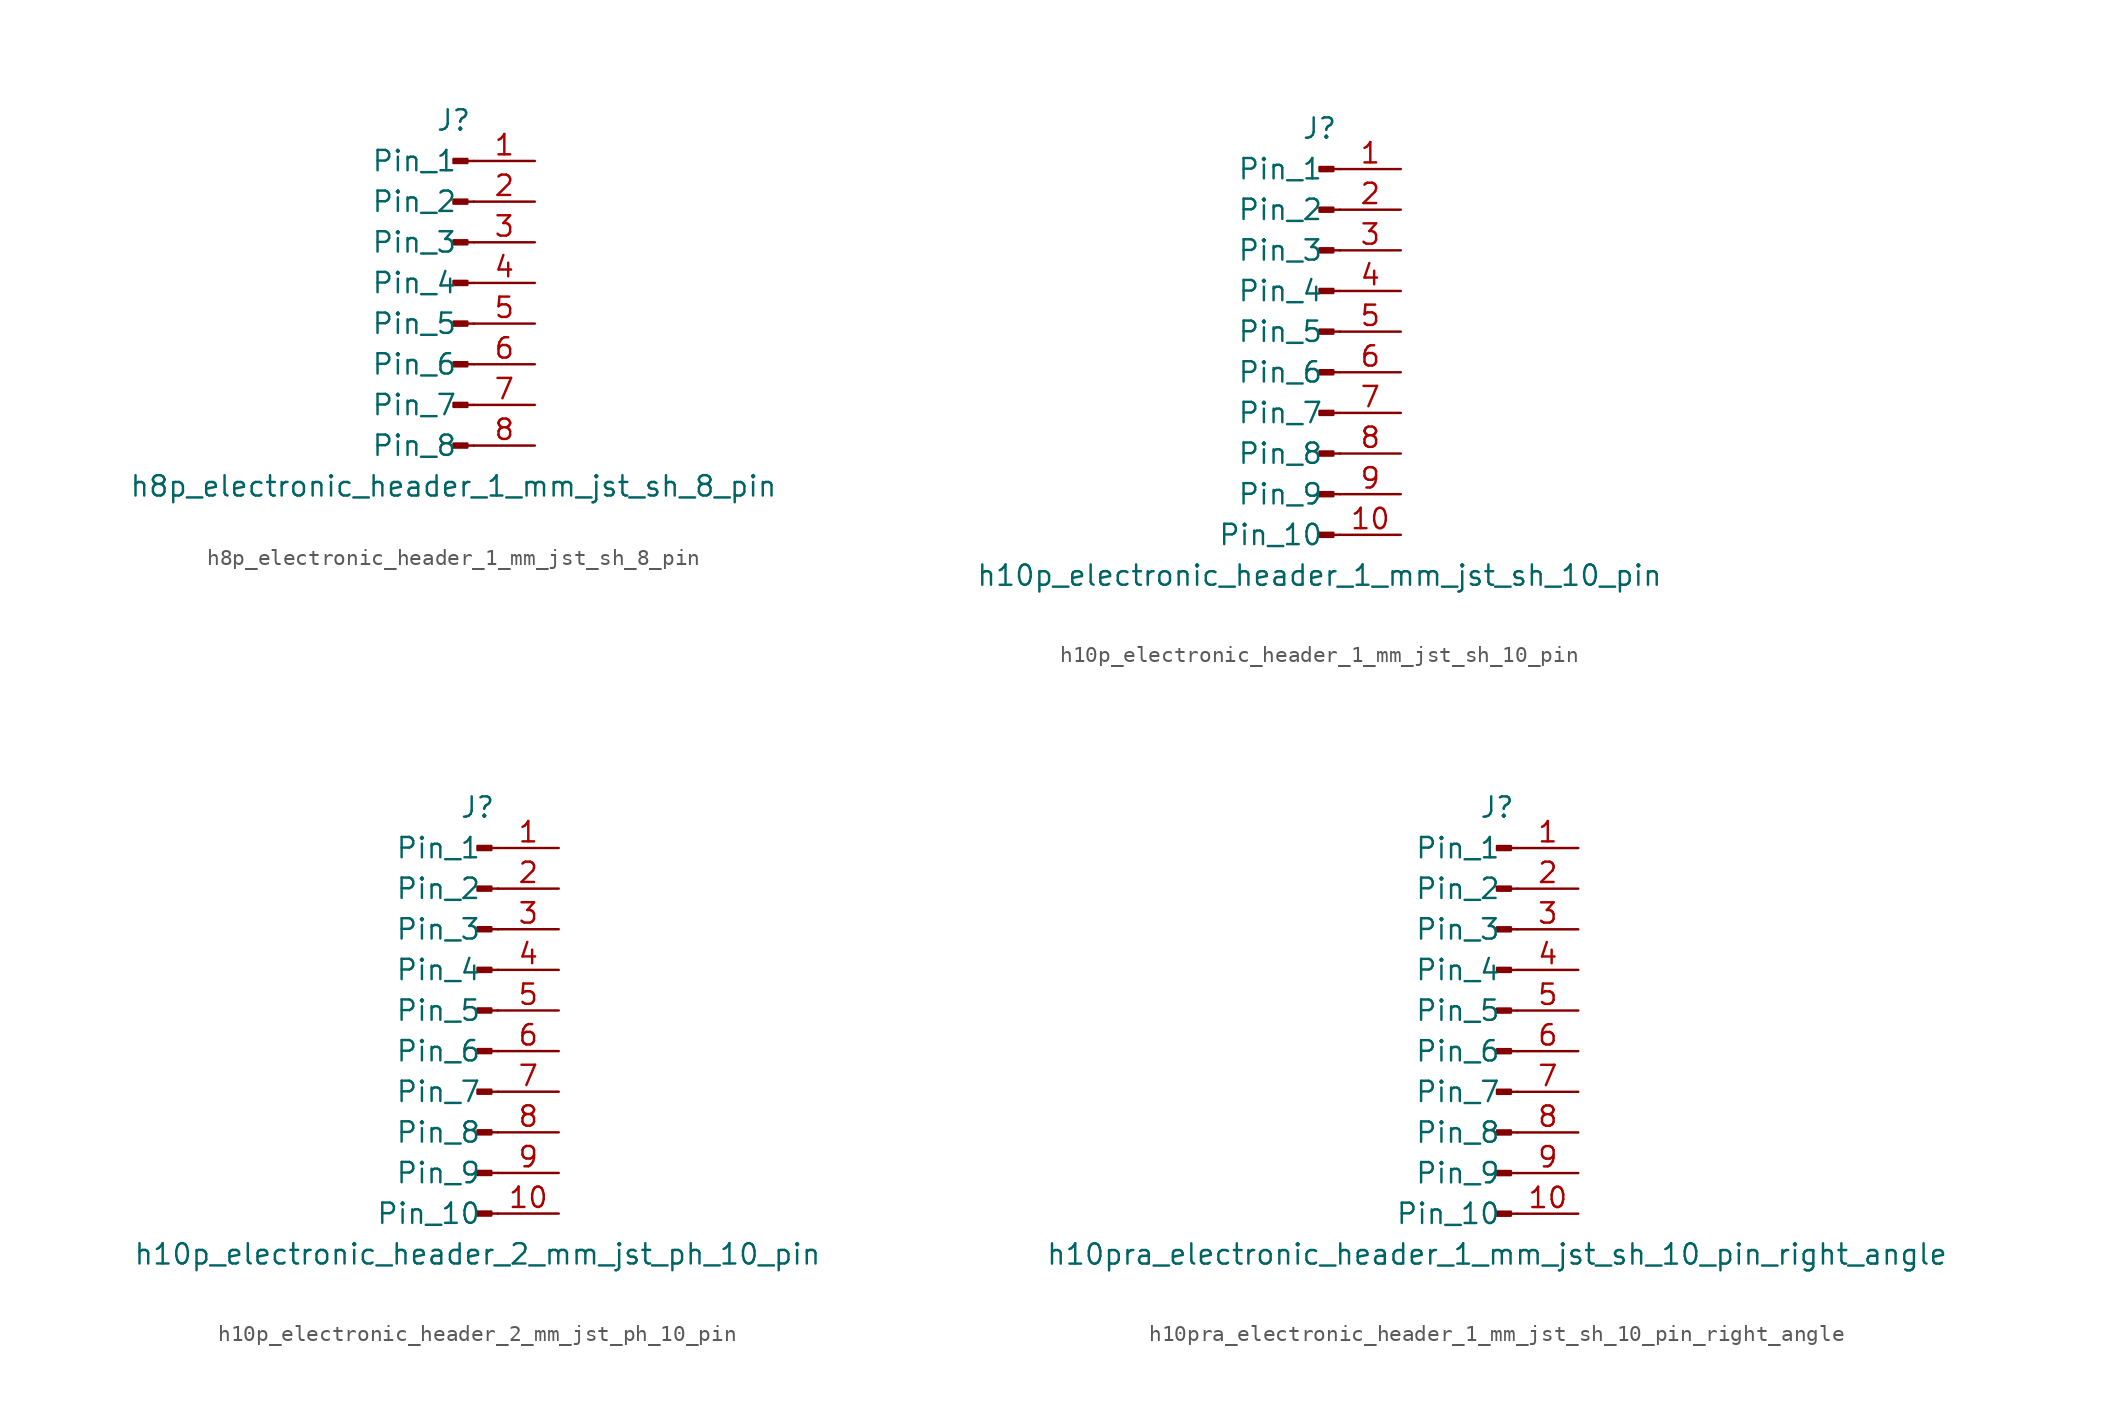
<source format=kicad_sym>
(kicad_symbol_lib
  (version 20220914)
  (generator kicad_symbol_editor)
  (symbol "h8p_electronic_header_1_mm_jst_sh_8_pin"
    (pin_names
      (offset 1.016))
    (property "Reference" "J"
      (at 0 10.16 0)
      (effects (font (size 1.27 1.27))))
    (property "Value" "h8p_electronic_header_1_mm_jst_sh_8_pin"
      (at 0 -12.7 0)
      (effects (font (size 1.27 1.27))))
    (property "ki_locked" ""
      (at 0 0 0)
      (effects (font (size 1.27 1.27))))
    (symbol "h8p_electronic_header_1_mm_jst_sh_8_pin_1_1"
      (polyline (pts (xy 1.27 -10.16) (xy 0.864 -10.16)) (stroke (width 0.152) (type default)) (fill (type none)))
      (polyline (pts (xy 1.27 -7.62) (xy 0.864 -7.62)) (stroke (width 0.152) (type default)) (fill (type none)))
      (polyline (pts (xy 1.27 -5.08) (xy 0.864 -5.08)) (stroke (width 0.152) (type default)) (fill (type none)))
      (polyline (pts (xy 1.27 -2.54) (xy 0.864 -2.54)) (stroke (width 0.152) (type default)) (fill (type none)))
      (polyline (pts (xy 1.27 0) (xy 0.864 0)) (stroke (width 0.152) (type default)) (fill (type none)))
      (polyline (pts (xy 1.27 2.54) (xy 0.864 2.54)) (stroke (width 0.152) (type default)) (fill (type none)))
      (polyline (pts (xy 1.27 5.08) (xy 0.864 5.08)) (stroke (width 0.152) (type default)) (fill (type none)))
      (polyline (pts (xy 1.27 7.62) (xy 0.864 7.62)) (stroke (width 0.152) (type default)) (fill (type none)))
      (rectangle (start 0.864 -10.033) (end 0 -10.287) (stroke (width 0.152) (type default)) (fill (type outline)))
      (rectangle (start 0.864 -7.493) (end 0 -7.747) (stroke (width 0.152) (type default)) (fill (type outline)))
      (rectangle (start 0.864 -4.953) (end 0 -5.207) (stroke (width 0.152) (type default)) (fill (type outline)))
      (rectangle (start 0.864 -2.413) (end 0 -2.667) (stroke (width 0.152) (type default)) (fill (type outline)))
      (rectangle (start 0.864 0.127) (end 0 -0.127) (stroke (width 0.152) (type default)) (fill (type outline)))
      (rectangle (start 0.864 2.667) (end 0 2.413) (stroke (width 0.152) (type default)) (fill (type outline)))
      (rectangle (start 0.864 5.207) (end 0 4.953) (stroke (width 0.152) (type default)) (fill (type outline)))
      (rectangle (start 0.864 7.747) (end 0 7.493) (stroke (width 0.152) (type default)) (fill (type outline)))
      (pin passive line (at 5.08 7.62 180) (length 3.81) (name "Pin_1" (effects (font (size 1.27 1.27)))) (number "1" (effects (font (size 1.27 1.27)))))
      (pin passive line (at 5.08 5.08 180) (length 3.81) (name "Pin_2" (effects (font (size 1.27 1.27)))) (number "2" (effects (font (size 1.27 1.27)))))
      (pin passive line (at 5.08 2.54 180) (length 3.81) (name "Pin_3" (effects (font (size 1.27 1.27)))) (number "3" (effects (font (size 1.27 1.27)))))
      (pin passive line (at 5.08 0 180) (length 3.81) (name "Pin_4" (effects (font (size 1.27 1.27)))) (number "4" (effects (font (size 1.27 1.27)))))
      (pin passive line (at 5.08 -2.54 180) (length 3.81) (name "Pin_5" (effects (font (size 1.27 1.27)))) (number "5" (effects (font (size 1.27 1.27)))))
      (pin passive line (at 5.08 -5.08 180) (length 3.81) (name "Pin_6" (effects (font (size 1.27 1.27)))) (number "6" (effects (font (size 1.27 1.27)))))
      (pin passive line (at 5.08 -7.62 180) (length 3.81) (name "Pin_7" (effects (font (size 1.27 1.27)))) (number "7" (effects (font (size 1.27 1.27)))))
      (pin passive line (at 5.08 -10.16 180) (length 3.81) (name "Pin_8" (effects (font (size 1.27 1.27)))) (number "8" (effects (font (size 1.27 1.27)))))))
  (symbol "h10p_electronic_header_1_mm_jst_sh_10_pin"
    (pin_names
      (offset 1.016))
    (property "Reference" "J"
      (at 0 12.7 0)
      (effects (font (size 1.27 1.27))))
    (property "Value" "h10p_electronic_header_1_mm_jst_sh_10_pin"
      (at 0 -15.24 0)
      (effects (font (size 1.27 1.27))))
    (property "ki_locked" ""
      (at 0 0 0)
      (effects (font (size 1.27 1.27))))
    (symbol "h10p_electronic_header_1_mm_jst_sh_10_pin_1_1"
      (polyline (pts (xy 1.27 -12.7) (xy 0.864 -12.7)) (stroke (width 0.152) (type default)) (fill (type none)))
      (polyline (pts (xy 1.27 -10.16) (xy 0.864 -10.16)) (stroke (width 0.152) (type default)) (fill (type none)))
      (polyline (pts (xy 1.27 -7.62) (xy 0.864 -7.62)) (stroke (width 0.152) (type default)) (fill (type none)))
      (polyline (pts (xy 1.27 -5.08) (xy 0.864 -5.08)) (stroke (width 0.152) (type default)) (fill (type none)))
      (polyline (pts (xy 1.27 -2.54) (xy 0.864 -2.54)) (stroke (width 0.152) (type default)) (fill (type none)))
      (polyline (pts (xy 1.27 0) (xy 0.864 0)) (stroke (width 0.152) (type default)) (fill (type none)))
      (polyline (pts (xy 1.27 2.54) (xy 0.864 2.54)) (stroke (width 0.152) (type default)) (fill (type none)))
      (polyline (pts (xy 1.27 5.08) (xy 0.864 5.08)) (stroke (width 0.152) (type default)) (fill (type none)))
      (polyline (pts (xy 1.27 7.62) (xy 0.864 7.62)) (stroke (width 0.152) (type default)) (fill (type none)))
      (polyline (pts (xy 1.27 10.16) (xy 0.864 10.16)) (stroke (width 0.152) (type default)) (fill (type none)))
      (rectangle (start 0.864 -12.573) (end 0 -12.827) (stroke (width 0.152) (type default)) (fill (type outline)))
      (rectangle (start 0.864 -10.033) (end 0 -10.287) (stroke (width 0.152) (type default)) (fill (type outline)))
      (rectangle (start 0.864 -7.493) (end 0 -7.747) (stroke (width 0.152) (type default)) (fill (type outline)))
      (rectangle (start 0.864 -4.953) (end 0 -5.207) (stroke (width 0.152) (type default)) (fill (type outline)))
      (rectangle (start 0.864 -2.413) (end 0 -2.667) (stroke (width 0.152) (type default)) (fill (type outline)))
      (rectangle (start 0.864 0.127) (end 0 -0.127) (stroke (width 0.152) (type default)) (fill (type outline)))
      (rectangle (start 0.864 2.667) (end 0 2.413) (stroke (width 0.152) (type default)) (fill (type outline)))
      (rectangle (start 0.864 5.207) (end 0 4.953) (stroke (width 0.152) (type default)) (fill (type outline)))
      (rectangle (start 0.864 7.747) (end 0 7.493) (stroke (width 0.152) (type default)) (fill (type outline)))
      (rectangle (start 0.864 10.287) (end 0 10.033) (stroke (width 0.152) (type default)) (fill (type outline)))
      (pin passive line (at 5.08 10.16 180) (length 3.81) (name "Pin_1" (effects (font (size 1.27 1.27)))) (number "1" (effects (font (size 1.27 1.27)))))
      (pin passive line (at 5.08 -12.7 180) (length 3.81) (name "Pin_10" (effects (font (size 1.27 1.27)))) (number "10" (effects (font (size 1.27 1.27)))))
      (pin passive line (at 5.08 7.62 180) (length 3.81) (name "Pin_2" (effects (font (size 1.27 1.27)))) (number "2" (effects (font (size 1.27 1.27)))))
      (pin passive line (at 5.08 5.08 180) (length 3.81) (name "Pin_3" (effects (font (size 1.27 1.27)))) (number "3" (effects (font (size 1.27 1.27)))))
      (pin passive line (at 5.08 2.54 180) (length 3.81) (name "Pin_4" (effects (font (size 1.27 1.27)))) (number "4" (effects (font (size 1.27 1.27)))))
      (pin passive line (at 5.08 0 180) (length 3.81) (name "Pin_5" (effects (font (size 1.27 1.27)))) (number "5" (effects (font (size 1.27 1.27)))))
      (pin passive line (at 5.08 -2.54 180) (length 3.81) (name "Pin_6" (effects (font (size 1.27 1.27)))) (number "6" (effects (font (size 1.27 1.27)))))
      (pin passive line (at 5.08 -5.08 180) (length 3.81) (name "Pin_7" (effects (font (size 1.27 1.27)))) (number "7" (effects (font (size 1.27 1.27)))))
      (pin passive line (at 5.08 -7.62 180) (length 3.81) (name "Pin_8" (effects (font (size 1.27 1.27)))) (number "8" (effects (font (size 1.27 1.27)))))
      (pin passive line (at 5.08 -10.16 180) (length 3.81) (name "Pin_9" (effects (font (size 1.27 1.27)))) (number "9" (effects (font (size 1.27 1.27)))))))
  (symbol "h10p_electronic_header_2_mm_jst_ph_10_pin"
    (pin_names
      (offset 1.016))
    (property "Reference" "J"
      (at 0 12.7 0)
      (effects (font (size 1.27 1.27))))
    (property "Value" "h10p_electronic_header_2_mm_jst_ph_10_pin"
      (at 0 -15.24 0)
      (effects (font (size 1.27 1.27))))
    (property "ki_locked" ""
      (at 0 0 0)
      (effects (font (size 1.27 1.27))))
    (symbol "h10p_electronic_header_2_mm_jst_ph_10_pin_1_1"
      (polyline (pts (xy 1.27 -12.7) (xy 0.864 -12.7)) (stroke (width 0.152) (type default)) (fill (type none)))
      (polyline (pts (xy 1.27 -10.16) (xy 0.864 -10.16)) (stroke (width 0.152) (type default)) (fill (type none)))
      (polyline (pts (xy 1.27 -7.62) (xy 0.864 -7.62)) (stroke (width 0.152) (type default)) (fill (type none)))
      (polyline (pts (xy 1.27 -5.08) (xy 0.864 -5.08)) (stroke (width 0.152) (type default)) (fill (type none)))
      (polyline (pts (xy 1.27 -2.54) (xy 0.864 -2.54)) (stroke (width 0.152) (type default)) (fill (type none)))
      (polyline (pts (xy 1.27 0) (xy 0.864 0)) (stroke (width 0.152) (type default)) (fill (type none)))
      (polyline (pts (xy 1.27 2.54) (xy 0.864 2.54)) (stroke (width 0.152) (type default)) (fill (type none)))
      (polyline (pts (xy 1.27 5.08) (xy 0.864 5.08)) (stroke (width 0.152) (type default)) (fill (type none)))
      (polyline (pts (xy 1.27 7.62) (xy 0.864 7.62)) (stroke (width 0.152) (type default)) (fill (type none)))
      (polyline (pts (xy 1.27 10.16) (xy 0.864 10.16)) (stroke (width 0.152) (type default)) (fill (type none)))
      (rectangle (start 0.864 -12.573) (end 0 -12.827) (stroke (width 0.152) (type default)) (fill (type outline)))
      (rectangle (start 0.864 -10.033) (end 0 -10.287) (stroke (width 0.152) (type default)) (fill (type outline)))
      (rectangle (start 0.864 -7.493) (end 0 -7.747) (stroke (width 0.152) (type default)) (fill (type outline)))
      (rectangle (start 0.864 -4.953) (end 0 -5.207) (stroke (width 0.152) (type default)) (fill (type outline)))
      (rectangle (start 0.864 -2.413) (end 0 -2.667) (stroke (width 0.152) (type default)) (fill (type outline)))
      (rectangle (start 0.864 0.127) (end 0 -0.127) (stroke (width 0.152) (type default)) (fill (type outline)))
      (rectangle (start 0.864 2.667) (end 0 2.413) (stroke (width 0.152) (type default)) (fill (type outline)))
      (rectangle (start 0.864 5.207) (end 0 4.953) (stroke (width 0.152) (type default)) (fill (type outline)))
      (rectangle (start 0.864 7.747) (end 0 7.493) (stroke (width 0.152) (type default)) (fill (type outline)))
      (rectangle (start 0.864 10.287) (end 0 10.033) (stroke (width 0.152) (type default)) (fill (type outline)))
      (pin passive line (at 5.08 10.16 180) (length 3.81) (name "Pin_1" (effects (font (size 1.27 1.27)))) (number "1" (effects (font (size 1.27 1.27)))))
      (pin passive line (at 5.08 -12.7 180) (length 3.81) (name "Pin_10" (effects (font (size 1.27 1.27)))) (number "10" (effects (font (size 1.27 1.27)))))
      (pin passive line (at 5.08 7.62 180) (length 3.81) (name "Pin_2" (effects (font (size 1.27 1.27)))) (number "2" (effects (font (size 1.27 1.27)))))
      (pin passive line (at 5.08 5.08 180) (length 3.81) (name "Pin_3" (effects (font (size 1.27 1.27)))) (number "3" (effects (font (size 1.27 1.27)))))
      (pin passive line (at 5.08 2.54 180) (length 3.81) (name "Pin_4" (effects (font (size 1.27 1.27)))) (number "4" (effects (font (size 1.27 1.27)))))
      (pin passive line (at 5.08 0 180) (length 3.81) (name "Pin_5" (effects (font (size 1.27 1.27)))) (number "5" (effects (font (size 1.27 1.27)))))
      (pin passive line (at 5.08 -2.54 180) (length 3.81) (name "Pin_6" (effects (font (size 1.27 1.27)))) (number "6" (effects (font (size 1.27 1.27)))))
      (pin passive line (at 5.08 -5.08 180) (length 3.81) (name "Pin_7" (effects (font (size 1.27 1.27)))) (number "7" (effects (font (size 1.27 1.27)))))
      (pin passive line (at 5.08 -7.62 180) (length 3.81) (name "Pin_8" (effects (font (size 1.27 1.27)))) (number "8" (effects (font (size 1.27 1.27)))))
      (pin passive line (at 5.08 -10.16 180) (length 3.81) (name "Pin_9" (effects (font (size 1.27 1.27)))) (number "9" (effects (font (size 1.27 1.27)))))))
  (symbol "h10pra_electronic_header_1_mm_jst_sh_10_pin_right_angle"
    (pin_names
      (offset 1.016))
    (property "Reference" "J"
      (at 0 12.7 0)
      (effects (font (size 1.27 1.27))))
    (property "Value" "h10pra_electronic_header_1_mm_jst_sh_10_pin_right_angle"
      (at 0 -15.24 0)
      (effects (font (size 1.27 1.27))))
    (property "ki_locked" ""
      (at 0 0 0)
      (effects (font (size 1.27 1.27))))
    (symbol "h10pra_electronic_header_1_mm_jst_sh_10_pin_right_angle_1_1"
      (polyline (pts (xy 1.27 -12.7) (xy 0.864 -12.7)) (stroke (width 0.152) (type default)) (fill (type none)))
      (polyline (pts (xy 1.27 -10.16) (xy 0.864 -10.16)) (stroke (width 0.152) (type default)) (fill (type none)))
      (polyline (pts (xy 1.27 -7.62) (xy 0.864 -7.62)) (stroke (width 0.152) (type default)) (fill (type none)))
      (polyline (pts (xy 1.27 -5.08) (xy 0.864 -5.08)) (stroke (width 0.152) (type default)) (fill (type none)))
      (polyline (pts (xy 1.27 -2.54) (xy 0.864 -2.54)) (stroke (width 0.152) (type default)) (fill (type none)))
      (polyline (pts (xy 1.27 0) (xy 0.864 0)) (stroke (width 0.152) (type default)) (fill (type none)))
      (polyline (pts (xy 1.27 2.54) (xy 0.864 2.54)) (stroke (width 0.152) (type default)) (fill (type none)))
      (polyline (pts (xy 1.27 5.08) (xy 0.864 5.08)) (stroke (width 0.152) (type default)) (fill (type none)))
      (polyline (pts (xy 1.27 7.62) (xy 0.864 7.62)) (stroke (width 0.152) (type default)) (fill (type none)))
      (polyline (pts (xy 1.27 10.16) (xy 0.864 10.16)) (stroke (width 0.152) (type default)) (fill (type none)))
      (rectangle (start 0.864 -12.573) (end 0 -12.827) (stroke (width 0.152) (type default)) (fill (type outline)))
      (rectangle (start 0.864 -10.033) (end 0 -10.287) (stroke (width 0.152) (type default)) (fill (type outline)))
      (rectangle (start 0.864 -7.493) (end 0 -7.747) (stroke (width 0.152) (type default)) (fill (type outline)))
      (rectangle (start 0.864 -4.953) (end 0 -5.207) (stroke (width 0.152) (type default)) (fill (type outline)))
      (rectangle (start 0.864 -2.413) (end 0 -2.667) (stroke (width 0.152) (type default)) (fill (type outline)))
      (rectangle (start 0.864 0.127) (end 0 -0.127) (stroke (width 0.152) (type default)) (fill (type outline)))
      (rectangle (start 0.864 2.667) (end 0 2.413) (stroke (width 0.152) (type default)) (fill (type outline)))
      (rectangle (start 0.864 5.207) (end 0 4.953) (stroke (width 0.152) (type default)) (fill (type outline)))
      (rectangle (start 0.864 7.747) (end 0 7.493) (stroke (width 0.152) (type default)) (fill (type outline)))
      (rectangle (start 0.864 10.287) (end 0 10.033) (stroke (width 0.152) (type default)) (fill (type outline)))
      (pin passive line (at 5.08 10.16 180) (length 3.81) (name "Pin_1" (effects (font (size 1.27 1.27)))) (number "1" (effects (font (size 1.27 1.27)))))
      (pin passive line (at 5.08 -12.7 180) (length 3.81) (name "Pin_10" (effects (font (size 1.27 1.27)))) (number "10" (effects (font (size 1.27 1.27)))))
      (pin passive line (at 5.08 7.62 180) (length 3.81) (name "Pin_2" (effects (font (size 1.27 1.27)))) (number "2" (effects (font (size 1.27 1.27)))))
      (pin passive line (at 5.08 5.08 180) (length 3.81) (name "Pin_3" (effects (font (size 1.27 1.27)))) (number "3" (effects (font (size 1.27 1.27)))))
      (pin passive line (at 5.08 2.54 180) (length 3.81) (name "Pin_4" (effects (font (size 1.27 1.27)))) (number "4" (effects (font (size 1.27 1.27)))))
      (pin passive line (at 5.08 0 180) (length 3.81) (name "Pin_5" (effects (font (size 1.27 1.27)))) (number "5" (effects (font (size 1.27 1.27)))))
      (pin passive line (at 5.08 -2.54 180) (length 3.81) (name "Pin_6" (effects (font (size 1.27 1.27)))) (number "6" (effects (font (size 1.27 1.27)))))
      (pin passive line (at 5.08 -5.08 180) (length 3.81) (name "Pin_7" (effects (font (size 1.27 1.27)))) (number "7" (effects (font (size 1.27 1.27)))))
      (pin passive line (at 5.08 -7.62 180) (length 3.81) (name "Pin_8" (effects (font (size 1.27 1.27)))) (number "8" (effects (font (size 1.27 1.27)))))
      (pin passive line (at 5.08 -10.16 180) (length 3.81) (name "Pin_9" (effects (font (size 1.27 1.27)))) (number "9" (effects (font (size 1.27 1.27))))))))
</source>
